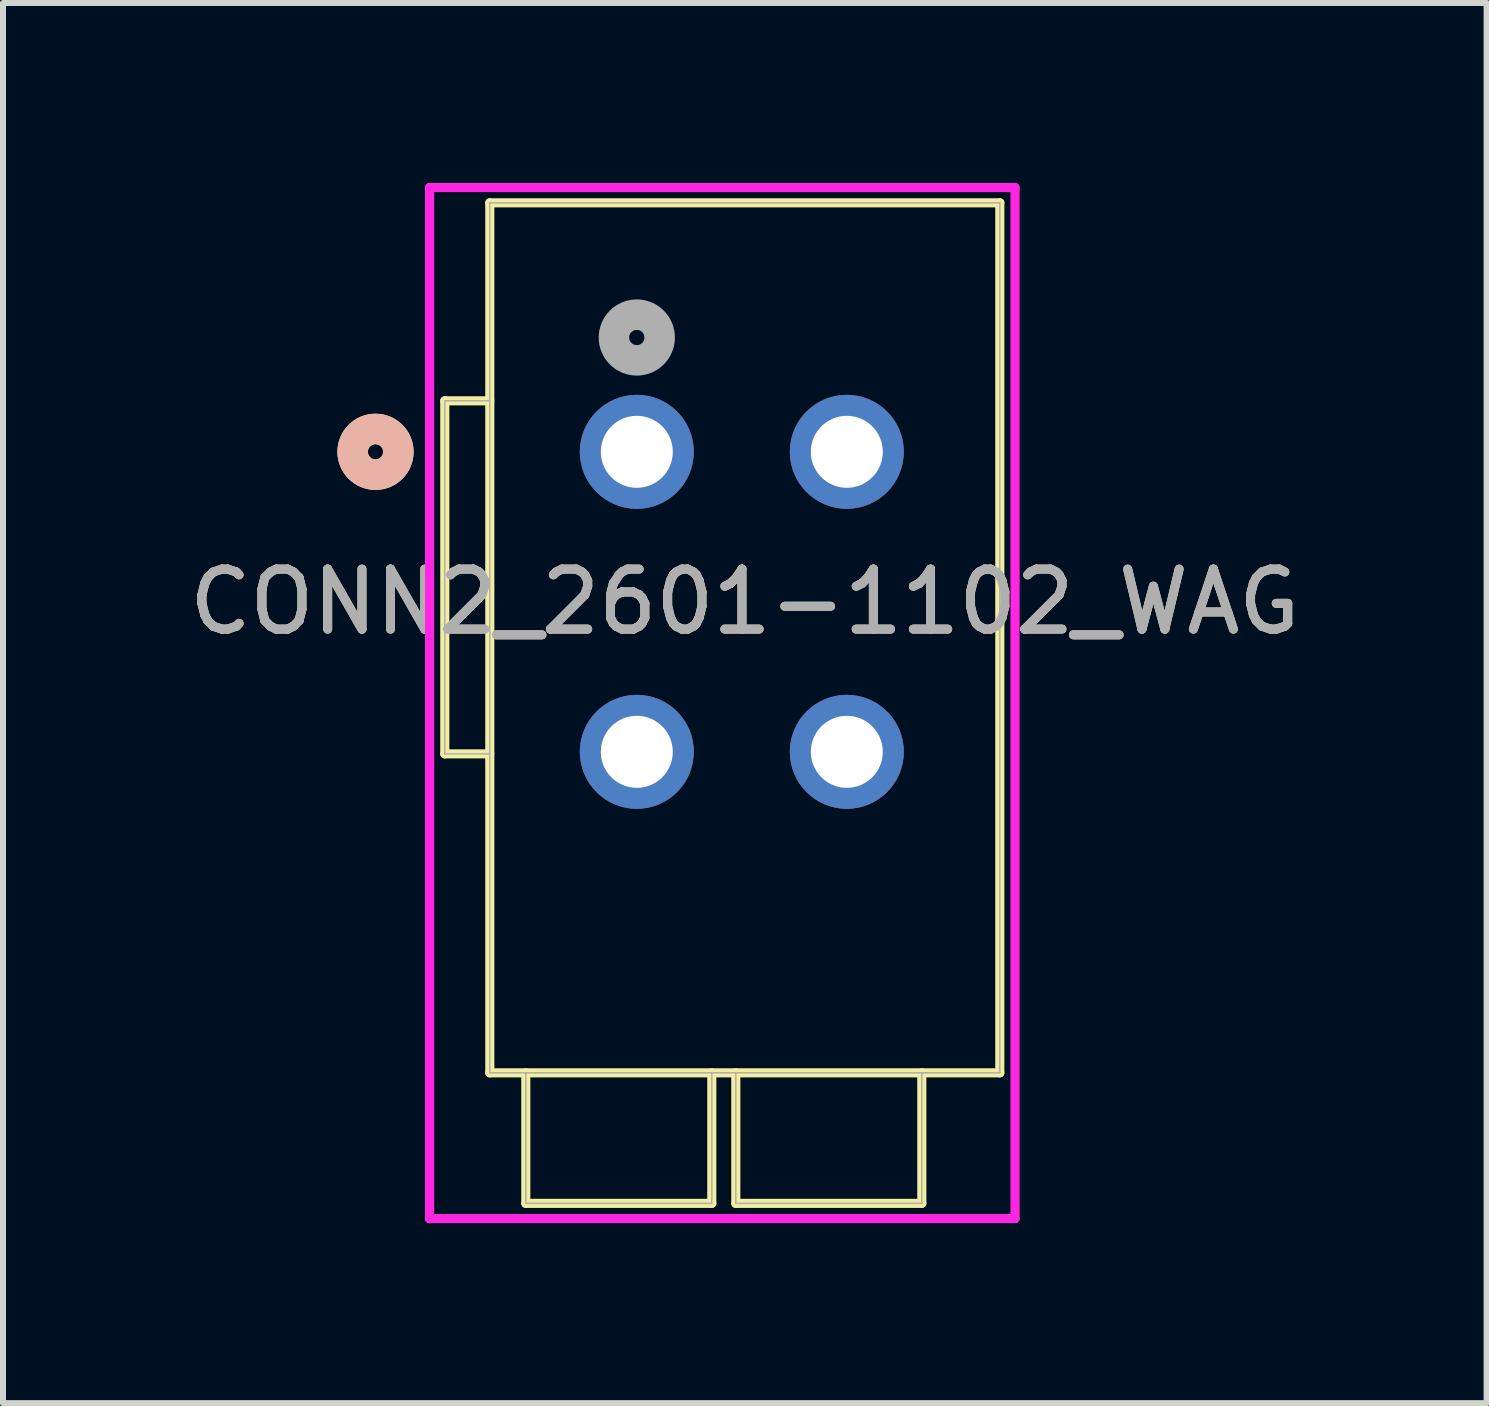
<source format=kicad_pcb>
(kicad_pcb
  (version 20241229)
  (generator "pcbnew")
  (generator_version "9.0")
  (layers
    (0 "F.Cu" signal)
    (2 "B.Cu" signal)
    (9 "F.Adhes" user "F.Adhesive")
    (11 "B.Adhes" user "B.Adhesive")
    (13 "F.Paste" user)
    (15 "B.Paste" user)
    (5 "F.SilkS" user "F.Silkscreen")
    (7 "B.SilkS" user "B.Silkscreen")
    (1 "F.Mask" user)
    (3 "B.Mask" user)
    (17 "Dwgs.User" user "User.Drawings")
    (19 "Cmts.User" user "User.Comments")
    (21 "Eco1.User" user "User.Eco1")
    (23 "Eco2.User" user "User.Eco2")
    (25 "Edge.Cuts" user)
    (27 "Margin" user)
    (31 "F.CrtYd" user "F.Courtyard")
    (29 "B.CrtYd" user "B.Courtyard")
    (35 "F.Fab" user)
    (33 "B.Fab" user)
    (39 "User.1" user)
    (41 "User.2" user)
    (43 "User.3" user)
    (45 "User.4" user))
  (footprint "CONN2_2601-1102_WAG"
    (layer "F.Cu")
    (at 7.563 4.48)
    (property "Reference" "CONN2_2601-1102_WAG" (at 1.8 2.5 0) (unlocked yes) (layer "F.SilkS") (effects (font (size 1 1) (thickness 0.15))))
    (attr through_hole)
    (fp_line (start -3.2 5.034) (end -3.2 -0.85) (stroke (width 0.152) (type solid)) (layer "F.SilkS"))
    (fp_line (start -2.45 -4.15) (end 6.05 -4.15) (stroke (width 0.152) (type solid)) (layer "F.SilkS"))
    (fp_line (start -2.45 10.35) (end -2.45 -4.15) (stroke (width 0.152) (type solid)) (layer "F.SilkS"))
    (fp_line (start -2.45 10.35) (end 6.05 10.35) (stroke (width 0.152) (type solid)) (layer "F.SilkS"))
    (fp_line (start -2.45 -0.85) (end -3.2 -0.85) (stroke (width 0.152) (type solid)) (layer "F.SilkS"))
    (fp_line (start -2.45 5.034) (end -3.2 5.034) (stroke (width 0.152) (type solid)) (layer "F.SilkS"))
    (fp_line (start -1.85 10.35) (end -1.85 12.525) (stroke (width 0.152) (type solid)) (layer "F.SilkS"))
    (fp_line (start -1.85 12.525) (end 1.25 12.525) (stroke (width 0.152) (type solid)) (layer "F.SilkS"))
    (fp_line (start 1.25 10.35) (end 1.25 12.525) (stroke (width 0.152) (type solid)) (layer "F.SilkS"))
    (fp_line (start 1.65 10.35) (end 1.65 12.525) (stroke (width 0.152) (type solid)) (layer "F.SilkS"))
    (fp_line (start 1.65 12.525) (end 4.75 12.525) (stroke (width 0.152) (type solid)) (layer "F.SilkS"))
    (fp_line (start 4.75 10.35) (end 4.75 12.525) (stroke (width 0.152) (type solid)) (layer "F.SilkS"))
    (fp_line (start 6.05 -4.15) (end 6.05 10.35) (stroke (width 0.152) (type solid)) (layer "F.SilkS"))
    (fp_circle (center -4.355 0) (end -3.974 0) (stroke (width 0.508) (type solid)) (fill no) (layer "F.SilkS"))
    (fp_circle (center -4.355 0) (end -3.974 0) (stroke (width 0.508) (type solid)) (fill no) (layer "B.SilkS"))
    (fp_line (start -3.454 -4.404) (end -3.454 12.779) (stroke (width 0.152) (type solid)) (layer "F.CrtYd"))
    (fp_line (start -3.454 -4.404) (end -3.454 12.779) (stroke (width 0.152) (type solid)) (layer "F.CrtYd"))
    (fp_line (start -3.454 12.779) (end 6.304 12.779) (stroke (width 0.152) (type solid)) (layer "F.CrtYd"))
    (fp_line (start 6.304 -4.404) (end -3.454 -4.404) (stroke (width 0.152) (type solid)) (layer "F.CrtYd"))
    (fp_line (start 6.304 12.779) (end 6.304 -4.404) (stroke (width 0.152) (type solid)) (layer "F.CrtYd"))
    (fp_line (start -3.2 5.034) (end -3.2 -0.85) (stroke (width 0.025) (type solid)) (layer "F.Fab"))
    (fp_line (start -2.45 -4.15) (end 6.05 -4.15) (stroke (width 0.025) (type solid)) (layer "F.Fab"))
    (fp_line (start -2.45 10.35) (end -2.45 -4.15) (stroke (width 0.025) (type solid)) (layer "F.Fab"))
    (fp_line (start -2.45 10.35) (end 6.05 10.35) (stroke (width 0.025) (type solid)) (layer "F.Fab"))
    (fp_line (start -2.45 -0.85) (end -3.2 -0.85) (stroke (width 0.025) (type solid)) (layer "F.Fab"))
    (fp_line (start -2.45 5.034) (end -3.2 5.034) (stroke (width 0.025) (type solid)) (layer "F.Fab"))
    (fp_line (start -1.85 10.35) (end -1.85 12.525) (stroke (width 0.025) (type solid)) (layer "F.Fab"))
    (fp_line (start -1.85 12.525) (end 1.25 12.525) (stroke (width 0.025) (type solid)) (layer "F.Fab"))
    (fp_line (start 1.25 10.35) (end 1.25 12.525) (stroke (width 0.025) (type solid)) (layer "F.Fab"))
    (fp_line (start 1.65 10.35) (end 1.65 12.525) (stroke (width 0.025) (type solid)) (layer "F.Fab"))
    (fp_line (start 1.65 12.525) (end 4.75 12.525) (stroke (width 0.025) (type solid)) (layer "F.Fab"))
    (fp_line (start 4.75 10.35) (end 4.75 12.525) (stroke (width 0.025) (type solid)) (layer "F.Fab"))
    (fp_line (start 6.05 -4.15) (end 6.05 10.35) (stroke (width 0.025) (type solid)) (layer "F.Fab"))
    (fp_circle (center 0 -1.905) (end 0.381 -1.905) (stroke (width 0.508) (type solid)) (fill no) (layer "F.Fab"))
    (fp_text user "${REFERENCE}" (at 1.8 2.5 0) (unlocked yes) (layer "F.Fab") (effects (font (size 1 1) (thickness 0.15))))
    (pad "1" thru_hole circle (at 0 0) (size 1.9 1.9) (drill 1.2) (layers "*.Cu" "*.Mask"))
    (pad "2" thru_hole circle (at 0 5) (size 1.9 1.9) (drill 1.2) (layers "*.Cu" "*.Mask"))
    (pad "3" thru_hole circle (at 3.5 0) (size 1.9 1.9) (drill 1.2) (layers "*.Cu" "*.Mask"))
    (pad "4" thru_hole circle (at 3.5 5) (size 1.9 1.9) (drill 1.2) (layers "*.Cu" "*.Mask")))
  (gr_rect
    (start -3 -3)
    (end 21.726 20.335)
    (stroke (width 0.1) (type default))
    (fill no)
    (layer "Edge.Cuts")))
</source>
